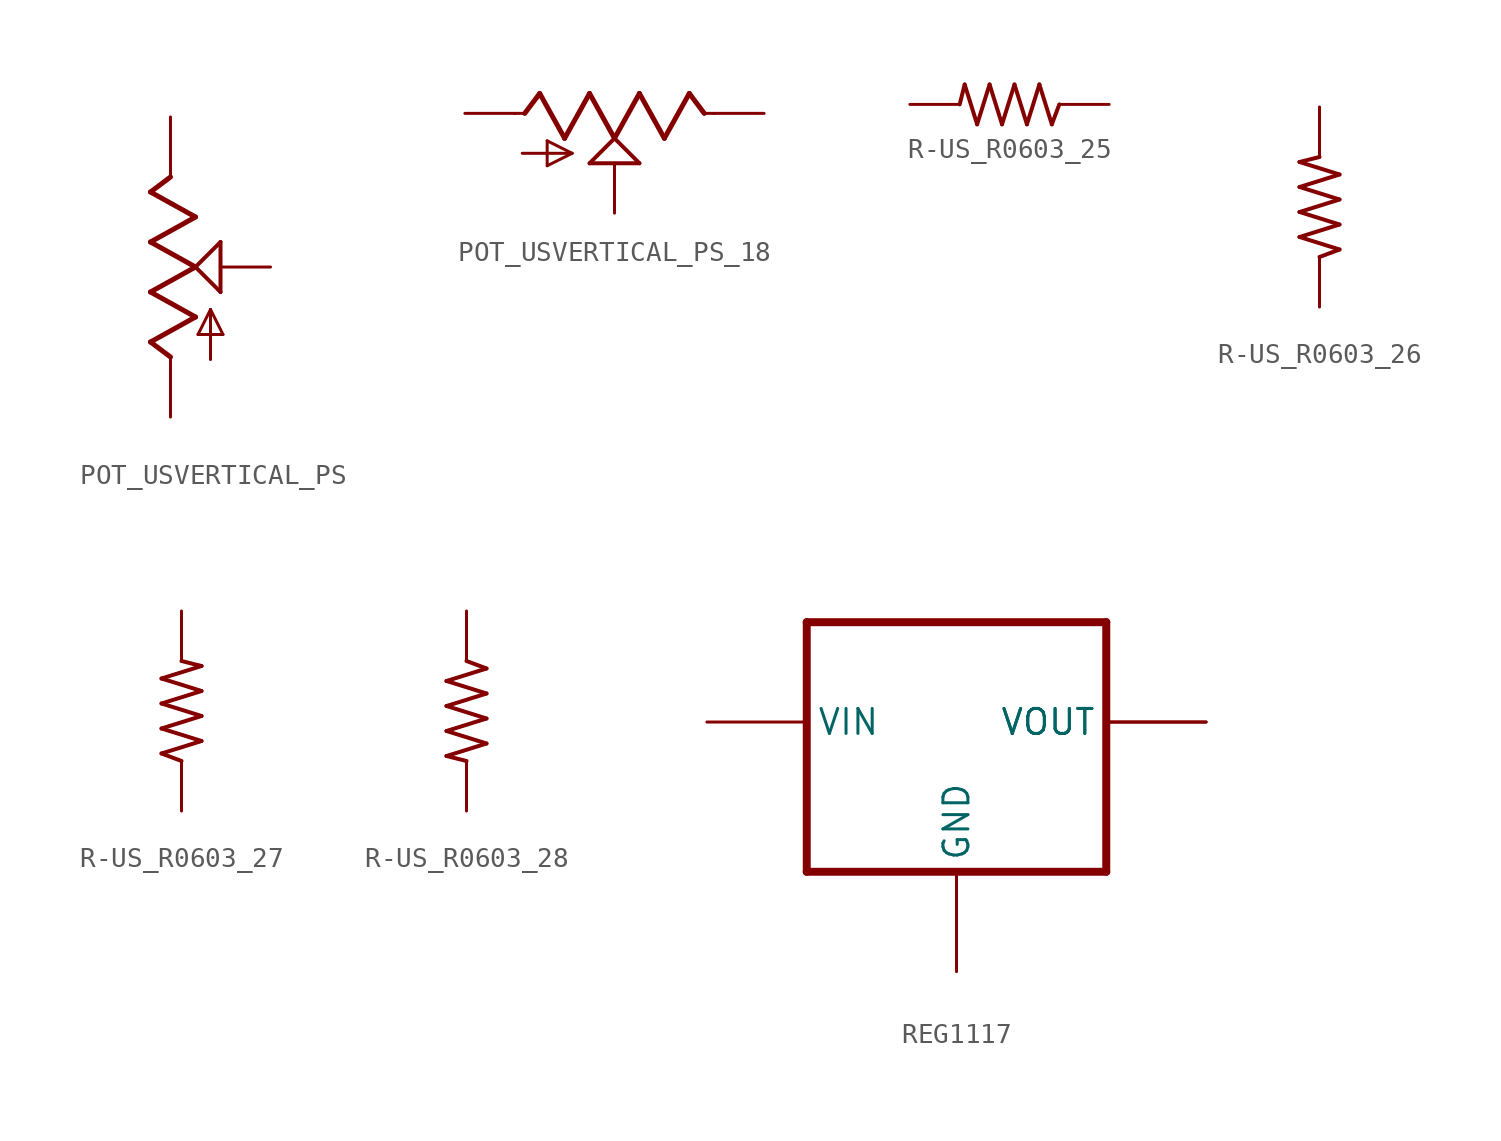
<source format=kicad_sym>
(kicad_symbol_lib
  (version 20231120)
  (generator "kicad_symbol_editor")
  (generator_version "8.0")
  (symbol "POT_USVERTICAL_PS"
    (property "Reference" "R"
      (at 0 0 0)
      (effects (font (size 1.27 1.27)) (hide yes)))
    (property "ki_locked" ""
      (at 0 0 0)
      (effects (font (size 1.27 1.27))))
    (symbol "POT_USVERTICAL_PS_1_0"
      (polyline (pts (xy -1.841 -3.81) (xy 0.444 -2.54)) (stroke (width 0.254) (type solid)) (fill (type none)))
      (polyline (pts (xy -1.841 -1.27) (xy 0.444 0)) (stroke (width 0.254) (type solid)) (fill (type none)))
      (polyline (pts (xy -1.841 1.27) (xy 0.444 2.54)) (stroke (width 0.254) (type solid)) (fill (type none)))
      (polyline (pts (xy -1.841 3.81) (xy -0.826 4.572)) (stroke (width 0.254) (type solid)) (fill (type none)))
      (polyline (pts (xy -0.826 -5.08) (xy -0.826 -4.572)) (stroke (width 0.152) (type solid)) (fill (type none)))
      (polyline (pts (xy -0.826 -4.572) (xy -1.841 -3.81)) (stroke (width 0.254) (type solid)) (fill (type none)))
      (polyline (pts (xy -0.826 4.572) (xy -0.826 5.08)) (stroke (width 0.152) (type solid)) (fill (type none)))
      (polyline (pts (xy 0.444 -2.54) (xy -1.841 -1.27)) (stroke (width 0.254) (type solid)) (fill (type none)))
      (polyline (pts (xy 0.444 0) (xy -1.841 1.27)) (stroke (width 0.254) (type solid)) (fill (type none)))
      (polyline (pts (xy 0.444 0) (xy 1.715 1.27)) (stroke (width 0.203) (type solid)) (fill (type none)))
      (polyline (pts (xy 0.444 2.54) (xy -1.841 3.81)) (stroke (width 0.254) (type solid)) (fill (type none)))
      (polyline (pts (xy 0.572 -3.429) (xy 1.207 -2.159)) (stroke (width 0.152) (type solid)) (fill (type none)))
      (polyline (pts (xy 1.207 -4.699) (xy 1.207 -2.159)) (stroke (width 0.152) (type solid)) (fill (type none)))
      (polyline (pts (xy 1.207 -2.159) (xy 1.841 -3.429)) (stroke (width 0.152) (type solid)) (fill (type none)))
      (polyline (pts (xy 1.715 -1.27) (xy 0.444 0)) (stroke (width 0.203) (type solid)) (fill (type none)))
      (polyline (pts (xy 1.715 1.27) (xy 1.715 -1.27)) (stroke (width 0.203) (type solid)) (fill (type none)))
      (polyline (pts (xy 1.841 -3.429) (xy 0.572 -3.429)) (stroke (width 0.152) (type solid)) (fill (type none)))
      (pin passive line (at -0.826 7.62 270) (length 2.54) (name "E" (effects (font (size 0 0)))) (number "P$1" (effects (font (size 0 0)))))
      (pin passive line (at 4.255 0 180) (length 2.54) (name "S" (effects (font (size 0 0)))) (number "P$2" (effects (font (size 0 0)))))
      (pin passive line (at -0.826 -7.62 90) (length 2.54) (name "A" (effects (font (size 0 0)))) (number "P$3" (effects (font (size 0 0)))))))
  (symbol "POT_USVERTICAL_PS_18"
    (property "Reference" "R"
      (at 0 0 0)
      (effects (font (size 1.27 1.27)) (hide yes)))
    (property "ki_locked" ""
      (at 0 0 0)
      (effects (font (size 1.27 1.27))))
    (symbol "POT_USVERTICAL_PS_18_1_0"
      (polyline (pts (xy -5.08 0.826) (xy -4.572 0.826)) (stroke (width 0.152) (type solid)) (fill (type none)))
      (polyline (pts (xy -4.699 -1.207) (xy -2.159 -1.207)) (stroke (width 0.152) (type solid)) (fill (type none)))
      (polyline (pts (xy -4.572 0.826) (xy -3.81 1.841)) (stroke (width 0.254) (type solid)) (fill (type none)))
      (polyline (pts (xy -3.81 1.841) (xy -2.54 -0.444)) (stroke (width 0.254) (type solid)) (fill (type none)))
      (polyline (pts (xy -3.429 -1.841) (xy -3.429 -0.572)) (stroke (width 0.152) (type solid)) (fill (type none)))
      (polyline (pts (xy -3.429 -0.572) (xy -2.159 -1.207)) (stroke (width 0.152) (type solid)) (fill (type none)))
      (polyline (pts (xy -2.54 -0.444) (xy -1.27 1.841)) (stroke (width 0.254) (type solid)) (fill (type none)))
      (polyline (pts (xy -2.159 -1.207) (xy -3.429 -1.841)) (stroke (width 0.152) (type solid)) (fill (type none)))
      (polyline (pts (xy -1.27 -1.715) (xy 0 -0.444)) (stroke (width 0.203) (type solid)) (fill (type none)))
      (polyline (pts (xy -1.27 1.841) (xy 0 -0.444)) (stroke (width 0.254) (type solid)) (fill (type none)))
      (polyline (pts (xy 0 -0.444) (xy 1.27 -1.715)) (stroke (width 0.203) (type solid)) (fill (type none)))
      (polyline (pts (xy 0 -0.444) (xy 1.27 1.841)) (stroke (width 0.254) (type solid)) (fill (type none)))
      (polyline (pts (xy 1.27 -1.715) (xy -1.27 -1.715)) (stroke (width 0.203) (type solid)) (fill (type none)))
      (polyline (pts (xy 1.27 1.841) (xy 2.54 -0.444)) (stroke (width 0.254) (type solid)) (fill (type none)))
      (polyline (pts (xy 2.54 -0.444) (xy 3.81 1.841)) (stroke (width 0.254) (type solid)) (fill (type none)))
      (polyline (pts (xy 3.81 1.841) (xy 4.572 0.826)) (stroke (width 0.254) (type solid)) (fill (type none)))
      (polyline (pts (xy 4.572 0.826) (xy 5.08 0.826)) (stroke (width 0.152) (type solid)) (fill (type none)))
      (pin passive line (at 7.62 0.826 180) (length 2.54) (name "E" (effects (font (size 0 0)))) (number "P$1" (effects (font (size 0 0)))))
      (pin passive line (at 0 -4.255 90) (length 2.54) (name "S" (effects (font (size 0 0)))) (number "P$2" (effects (font (size 0 0)))))
      (pin passive line (at -7.62 0.826 0) (length 2.54) (name "A" (effects (font (size 0 0)))) (number "P$3" (effects (font (size 0 0)))))))
  (symbol "R-US_R0603_25"
    (property "Reference" "R"
      (at 0 0 0)
      (effects (font (size 1.27 1.27)) (hide yes)))
    (property "ki_locked" ""
      (at 0 0 0)
      (effects (font (size 1.27 1.27))))
    (symbol "R-US_R0603_25_1_0"
      (polyline (pts (xy -2.286 1.016) (xy -2.54 0)) (stroke (width 0.203) (type solid)) (fill (type none)))
      (polyline (pts (xy -1.651 -1.016) (xy -2.286 1.016)) (stroke (width 0.203) (type solid)) (fill (type none)))
      (polyline (pts (xy -1.016 1.016) (xy -1.651 -1.016)) (stroke (width 0.203) (type solid)) (fill (type none)))
      (polyline (pts (xy -0.381 -1.016) (xy -1.016 1.016)) (stroke (width 0.203) (type solid)) (fill (type none)))
      (polyline (pts (xy 0.254 1.016) (xy -0.381 -1.016)) (stroke (width 0.203) (type solid)) (fill (type none)))
      (polyline (pts (xy 0.889 -1.016) (xy 0.254 1.016)) (stroke (width 0.203) (type solid)) (fill (type none)))
      (polyline (pts (xy 1.524 1.016) (xy 0.889 -1.016)) (stroke (width 0.203) (type solid)) (fill (type none)))
      (polyline (pts (xy 2.159 -1.016) (xy 1.524 1.016)) (stroke (width 0.203) (type solid)) (fill (type none)))
      (polyline (pts (xy 2.54 0) (xy 2.159 -1.016)) (stroke (width 0.203) (type solid)) (fill (type none)))
      (pin passive line (at 5.08 0 180) (length 2.54) (name "1" (effects (font (size 0 0)))) (number "1" (effects (font (size 0 0)))))
      (pin passive line (at -5.08 0 0) (length 2.54) (name "2" (effects (font (size 0 0)))) (number "2" (effects (font (size 0 0)))))))
  (symbol "R-US_R0603_26"
    (property "Reference" "R"
      (at 0 0 0)
      (effects (font (size 1.27 1.27)) (hide yes)))
    (property "ki_locked" ""
      (at 0 0 0)
      (effects (font (size 1.27 1.27))))
    (symbol "R-US_R0603_26_1_0"
      (polyline (pts (xy -1.016 -1.524) (xy 1.016 -0.889)) (stroke (width 0.203) (type solid)) (fill (type none)))
      (polyline (pts (xy -1.016 -0.254) (xy 1.016 0.381)) (stroke (width 0.203) (type solid)) (fill (type none)))
      (polyline (pts (xy -1.016 1.016) (xy 1.016 1.651)) (stroke (width 0.203) (type solid)) (fill (type none)))
      (polyline (pts (xy -1.016 2.286) (xy 0 2.54)) (stroke (width 0.203) (type solid)) (fill (type none)))
      (polyline (pts (xy 0 -2.54) (xy 1.016 -2.159)) (stroke (width 0.203) (type solid)) (fill (type none)))
      (polyline (pts (xy 1.016 -2.159) (xy -1.016 -1.524)) (stroke (width 0.203) (type solid)) (fill (type none)))
      (polyline (pts (xy 1.016 -0.889) (xy -1.016 -0.254)) (stroke (width 0.203) (type solid)) (fill (type none)))
      (polyline (pts (xy 1.016 0.381) (xy -1.016 1.016)) (stroke (width 0.203) (type solid)) (fill (type none)))
      (polyline (pts (xy 1.016 1.651) (xy -1.016 2.286)) (stroke (width 0.203) (type solid)) (fill (type none)))
      (pin passive line (at 0 -5.08 90) (length 2.54) (name "1" (effects (font (size 0 0)))) (number "1" (effects (font (size 0 0)))))
      (pin passive line (at 0 5.08 270) (length 2.54) (name "2" (effects (font (size 0 0)))) (number "2" (effects (font (size 0 0)))))))
  (symbol "R-US_R0603_27"
    (property "Reference" "R"
      (at 0 0 0)
      (effects (font (size 1.27 1.27)) (hide yes)))
    (property "ki_locked" ""
      (at 0 0 0)
      (effects (font (size 1.27 1.27))))
    (symbol "R-US_R0603_27_1_0"
      (polyline (pts (xy -1.016 -2.159) (xy 1.016 -1.524)) (stroke (width 0.203) (type solid)) (fill (type none)))
      (polyline (pts (xy -1.016 -0.889) (xy 1.016 -0.254)) (stroke (width 0.203) (type solid)) (fill (type none)))
      (polyline (pts (xy -1.016 0.381) (xy 1.016 1.016)) (stroke (width 0.203) (type solid)) (fill (type none)))
      (polyline (pts (xy -1.016 1.651) (xy 1.016 2.286)) (stroke (width 0.203) (type solid)) (fill (type none)))
      (polyline (pts (xy 0 -2.54) (xy -1.016 -2.159)) (stroke (width 0.203) (type solid)) (fill (type none)))
      (polyline (pts (xy 1.016 -1.524) (xy -1.016 -0.889)) (stroke (width 0.203) (type solid)) (fill (type none)))
      (polyline (pts (xy 1.016 -0.254) (xy -1.016 0.381)) (stroke (width 0.203) (type solid)) (fill (type none)))
      (polyline (pts (xy 1.016 1.016) (xy -1.016 1.651)) (stroke (width 0.203) (type solid)) (fill (type none)))
      (polyline (pts (xy 1.016 2.286) (xy 0 2.54)) (stroke (width 0.203) (type solid)) (fill (type none)))
      (pin passive line (at 0 -5.08 90) (length 2.54) (name "1" (effects (font (size 0 0)))) (number "1" (effects (font (size 0 0)))))
      (pin passive line (at 0 5.08 270) (length 2.54) (name "2" (effects (font (size 0 0)))) (number "2" (effects (font (size 0 0)))))))
  (symbol "R-US_R0603_28"
    (property "Reference" "R"
      (at 0 0 0)
      (effects (font (size 1.27 1.27)) (hide yes)))
    (property "ki_locked" ""
      (at 0 0 0)
      (effects (font (size 1.27 1.27))))
    (symbol "R-US_R0603_28_1_0"
      (polyline (pts (xy -1.016 -2.286) (xy 0 -2.54)) (stroke (width 0.203) (type solid)) (fill (type none)))
      (polyline (pts (xy -1.016 -1.016) (xy 1.016 -1.651)) (stroke (width 0.203) (type solid)) (fill (type none)))
      (polyline (pts (xy -1.016 0.254) (xy 1.016 -0.381)) (stroke (width 0.203) (type solid)) (fill (type none)))
      (polyline (pts (xy -1.016 1.524) (xy 1.016 0.889)) (stroke (width 0.203) (type solid)) (fill (type none)))
      (polyline (pts (xy 0 2.54) (xy 1.016 2.159)) (stroke (width 0.203) (type solid)) (fill (type none)))
      (polyline (pts (xy 1.016 -1.651) (xy -1.016 -2.286)) (stroke (width 0.203) (type solid)) (fill (type none)))
      (polyline (pts (xy 1.016 -0.381) (xy -1.016 -1.016)) (stroke (width 0.203) (type solid)) (fill (type none)))
      (polyline (pts (xy 1.016 0.889) (xy -1.016 0.254)) (stroke (width 0.203) (type solid)) (fill (type none)))
      (polyline (pts (xy 1.016 2.159) (xy -1.016 1.524)) (stroke (width 0.203) (type solid)) (fill (type none)))
      (pin passive line (at 0 5.08 270) (length 2.54) (name "1" (effects (font (size 0 0)))) (number "1" (effects (font (size 0 0)))))
      (pin passive line (at 0 -5.08 90) (length 2.54) (name "2" (effects (font (size 0 0)))) (number "2" (effects (font (size 0 0)))))))
  (symbol "REG1117"
    (property "Reference" "IC"
      (at 0 0 0)
      (effects (font (size 1.27 1.27)) (hide yes)))
    (property "ki_locked" ""
      (at 0 0 0)
      (effects (font (size 1.27 1.27))))
    (symbol "REG1117_1_0"
      (polyline (pts (xy -7.62 -6.35) (xy 7.62 -6.35)) (stroke (width 0.406) (type solid)) (fill (type none)))
      (polyline (pts (xy -7.62 6.35) (xy -7.62 -6.35)) (stroke (width 0.406) (type solid)) (fill (type none)))
      (polyline (pts (xy 7.62 -6.35) (xy 7.62 6.35)) (stroke (width 0.406) (type solid)) (fill (type none)))
      (polyline (pts (xy 7.62 6.35) (xy -7.62 6.35)) (stroke (width 0.406) (type solid)) (fill (type none)))
      (pin power_in line (at 0 -11.43 90) (length 5.08) (name "GND" (effects (font (size 1.27 1.27)))) (number "1" (effects (font (size 0 0)))))
      (pin output line (at 12.7 1.27 180) (length 5.08) (name "VOUT" (effects (font (size 1.27 1.27)))) (number "2" (effects (font (size 0 0)))))
      (pin input line (at -12.7 1.27 0) (length 5.08) (name "VIN" (effects (font (size 1.27 1.27)))) (number "3" (effects (font (size 0 0)))))
      (pin output line (at 12.7 1.27 180) (length 5.08) (name "VOUT" (effects (font (size 1.27 1.27)))) (number "4" (effects (font (size 0 0))))))))
</source>
